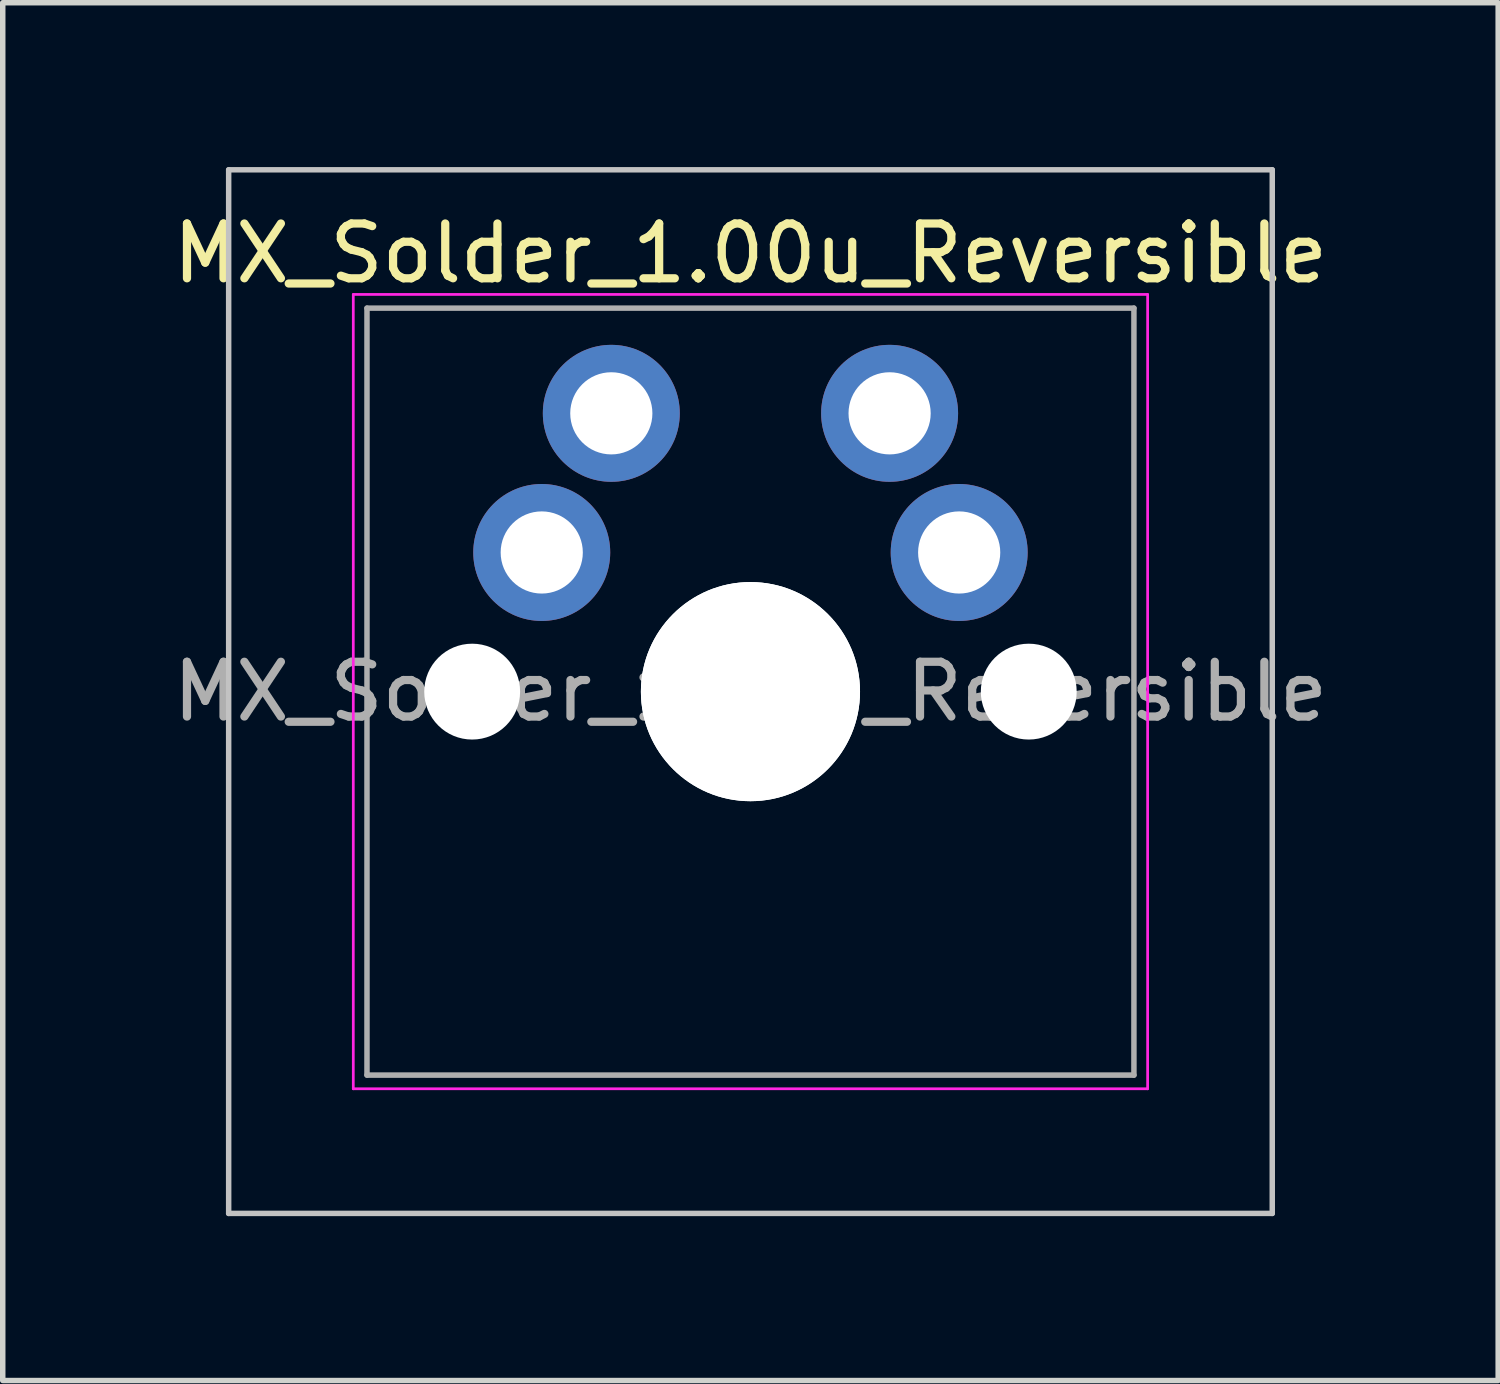
<source format=kicad_pcb>
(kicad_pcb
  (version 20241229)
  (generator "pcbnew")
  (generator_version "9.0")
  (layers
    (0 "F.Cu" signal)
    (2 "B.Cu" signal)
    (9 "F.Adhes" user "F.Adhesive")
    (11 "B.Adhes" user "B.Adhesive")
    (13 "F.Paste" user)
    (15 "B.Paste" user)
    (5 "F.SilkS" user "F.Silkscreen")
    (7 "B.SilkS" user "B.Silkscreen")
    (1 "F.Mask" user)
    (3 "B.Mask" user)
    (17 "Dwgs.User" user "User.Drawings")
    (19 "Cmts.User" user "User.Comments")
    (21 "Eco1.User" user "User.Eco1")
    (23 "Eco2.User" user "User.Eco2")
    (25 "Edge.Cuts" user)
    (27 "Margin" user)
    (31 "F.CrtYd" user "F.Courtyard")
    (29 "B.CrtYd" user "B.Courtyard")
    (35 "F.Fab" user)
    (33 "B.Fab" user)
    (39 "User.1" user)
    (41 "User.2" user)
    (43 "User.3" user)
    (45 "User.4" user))
  (footprint "MX_Solder_1.00u_Reversible"
    (layer "F.Cu")
    (at 10.649 9.575)
    (property "Reference" "MX_Solder_1.00u_Reversible" (at 0 -8 0) (layer "F.SilkS") (effects (font (size 1 1) (thickness 0.15))))
    (attr through_hole)
    (fp_line (start -9.525 -9.525) (end -9.525 9.525) (stroke (width 0.1) (type solid)) (layer "Dwgs.User"))
    (fp_line (start -9.525 9.525) (end 9.525 9.525) (stroke (width 0.1) (type solid)) (layer "Dwgs.User"))
    (fp_line (start 9.525 -9.525) (end -9.525 -9.525) (stroke (width 0.1) (type solid)) (layer "Dwgs.User"))
    (fp_line (start 9.525 9.525) (end 9.525 -9.525) (stroke (width 0.1) (type solid)) (layer "Dwgs.User"))
    (fp_line (start -7 -7) (end -7 7) (stroke (width 0.1) (type solid)) (layer "Eco1.User"))
    (fp_line (start -7 7) (end 7 7) (stroke (width 0.1) (type solid)) (layer "Eco1.User"))
    (fp_line (start 7 -7) (end -7 -7) (stroke (width 0.1) (type solid)) (layer "Eco1.User"))
    (fp_line (start 7 7) (end 7 -7) (stroke (width 0.1) (type solid)) (layer "Eco1.User"))
    (fp_line (start -7.25 -7.25) (end -7.25 7.25) (stroke (width 0.05) (type solid)) (layer "F.CrtYd"))
    (fp_line (start -7.25 7.25) (end 7.25 7.25) (stroke (width 0.05) (type solid)) (layer "F.CrtYd"))
    (fp_line (start 7.25 -7.25) (end -7.25 -7.25) (stroke (width 0.05) (type solid)) (layer "F.CrtYd"))
    (fp_line (start 7.25 7.25) (end 7.25 -7.25) (stroke (width 0.05) (type solid)) (layer "F.CrtYd"))
    (fp_line (start -7 -7) (end -7 7) (stroke (width 0.1) (type solid)) (layer "F.Fab"))
    (fp_line (start -7 7) (end 7 7) (stroke (width 0.1) (type solid)) (layer "F.Fab"))
    (fp_line (start 7 -7) (end -7 -7) (stroke (width 0.1) (type solid)) (layer "F.Fab"))
    (fp_line (start 7 7) (end 7 -7) (stroke (width 0.1) (type solid)) (layer "F.Fab"))
    (fp_text user "${REFERENCE}" (at 0 0 0) (layer "F.Fab") (effects (font (size 1 1) (thickness 0.15))))
    (pad "" np_thru_hole circle (at -5.08 0) (size 1.75 1.75) (drill 1.75) (layers "*.Cu" "*.Mask"))
    (pad "" np_thru_hole circle (at 0 0) (size 4 4) (drill 4) (layers "*.Cu" "*.Mask"))
    (pad "" np_thru_hole circle (at 0 0) (size 4 4) (drill 4) (layers "*.Cu" "*.Mask"))
    (pad "" np_thru_hole circle (at 5.08 0) (size 1.75 1.75) (drill 1.75) (layers "*.Cu" "*.Mask"))
    (pad "1" thru_hole circle (at -3.81 -2.54) (size 2.5 2.5) (drill 1.5) (layers "*.Cu" "*.Mask"))
    (pad "1" thru_hole circle (at -2.54 -5.08) (size 2.5 2.5) (drill 1.5) (layers "*.Cu" "*.Mask"))
    (pad "2" thru_hole circle (at 2.54 -5.08) (size 2.5 2.5) (drill 1.5) (layers "*.Cu" "*.Mask"))
    (pad "2" thru_hole circle (at 3.81 -2.54) (size 2.5 2.5) (drill 1.5) (layers "*.Cu" "*.Mask")))
  (gr_rect
    (start -3 -3)
    (end 24.298 22.15)
    (stroke (width 0.1) (type default))
    (fill no)
    (layer "Edge.Cuts")))
</source>
